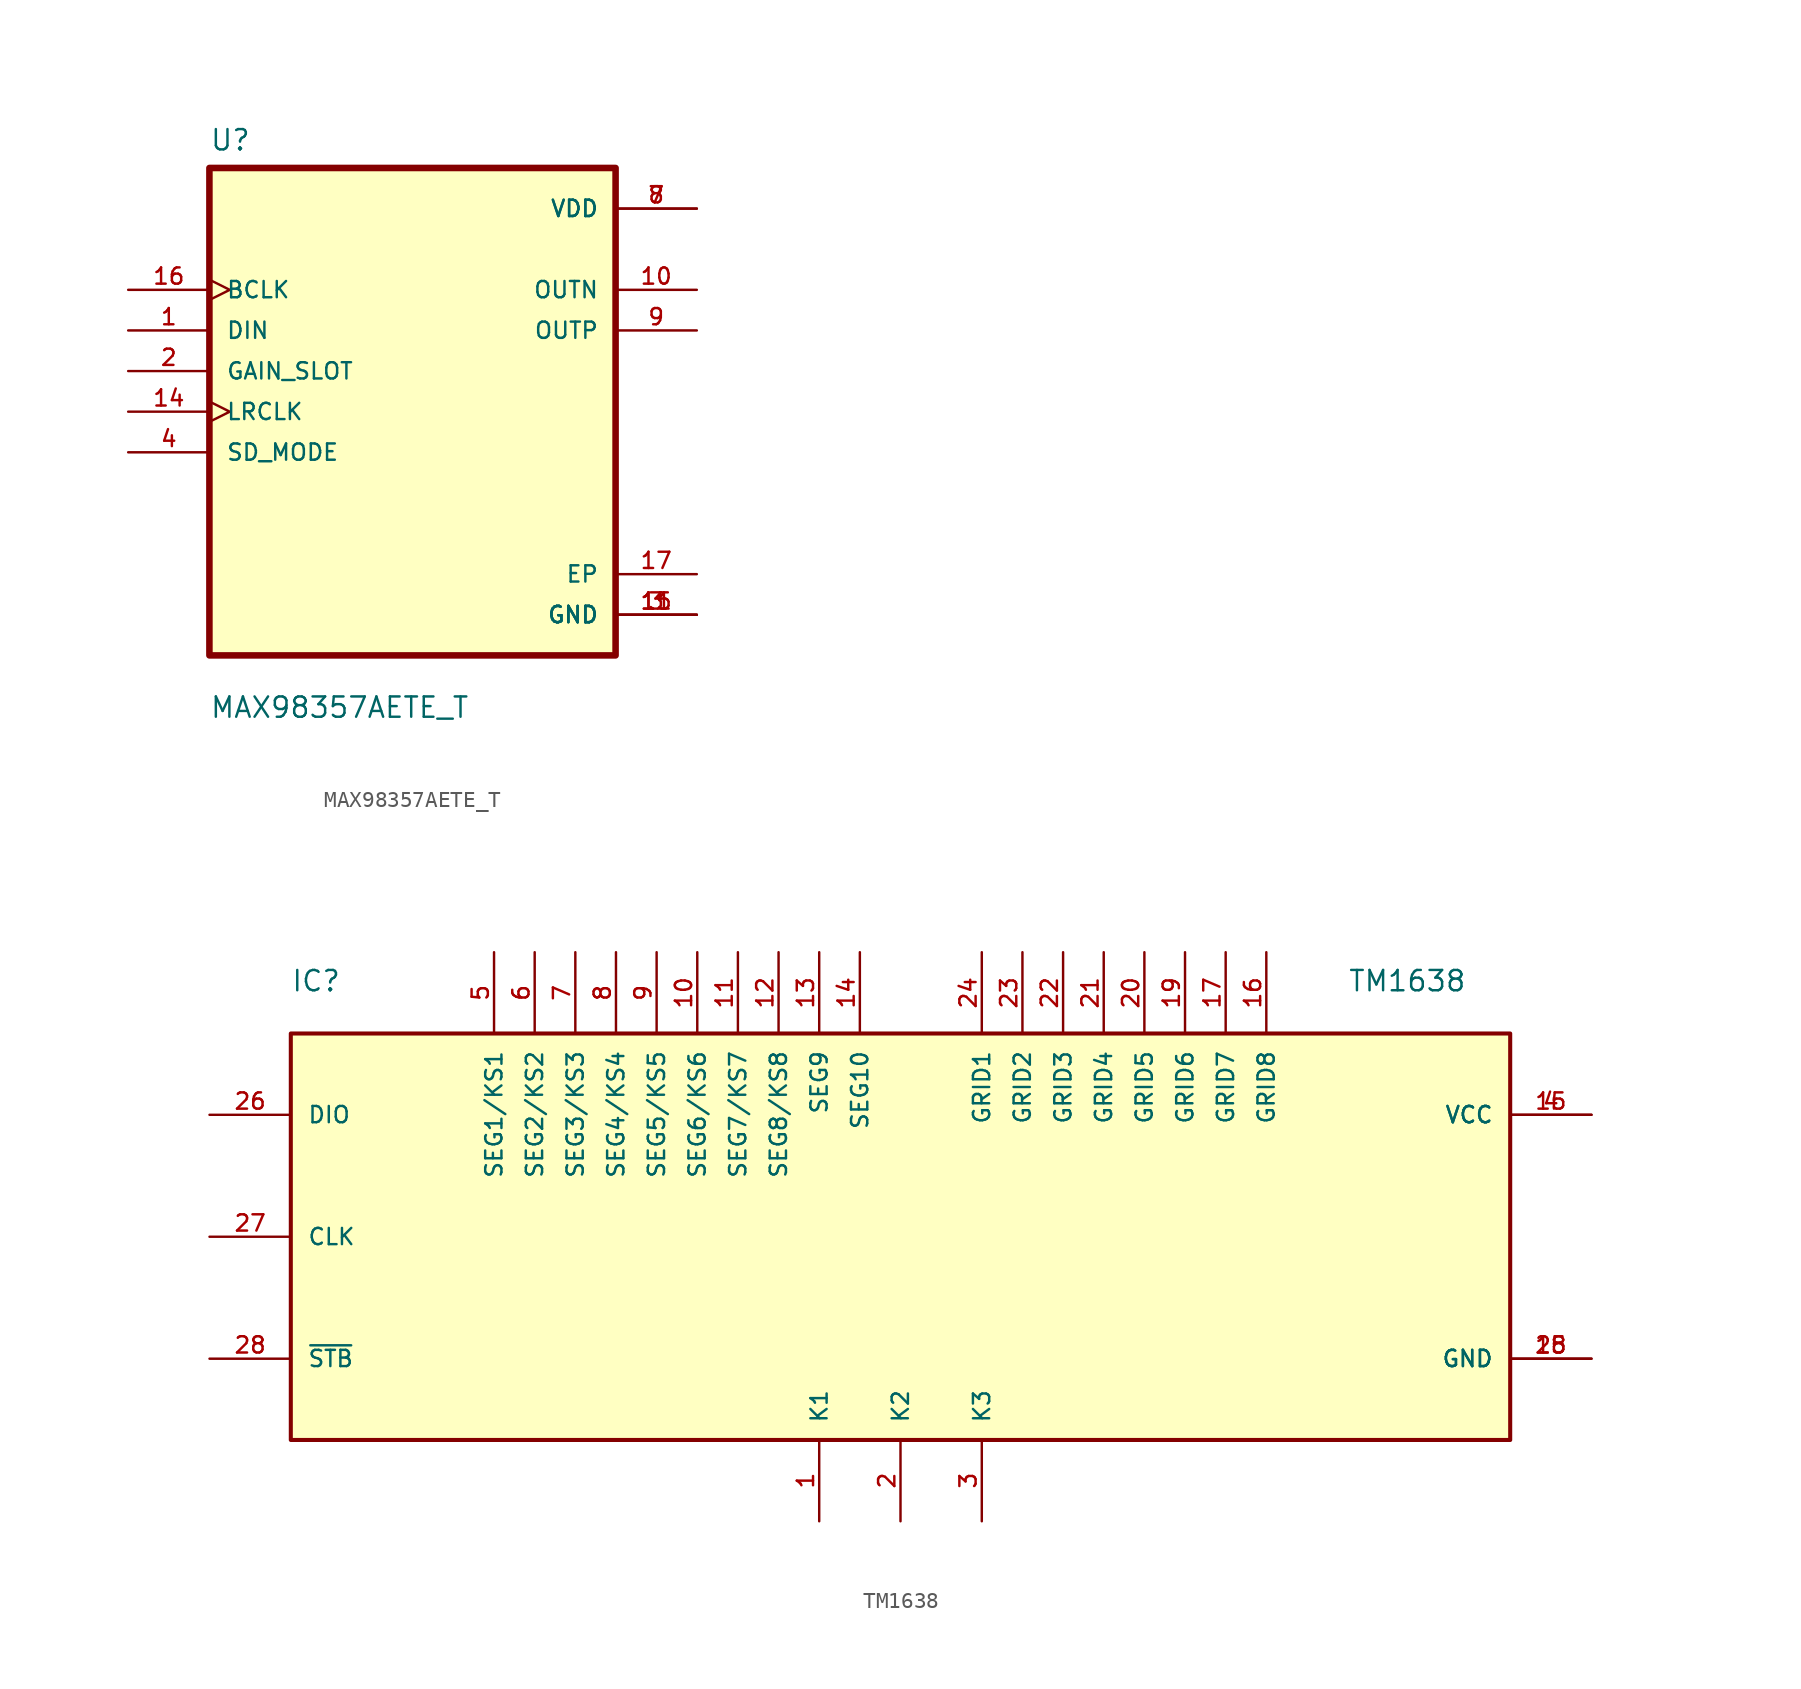
<source format=kicad_sym>
(kicad_symbol_lib
  (version 20220914)
  (generator kicad_symbol_editor)
  (symbol "MAX98357AETE_T"
    (pin_names
      (offset 1.016))
    (property "Reference" "U"
      (at -12.7 16.24 0)
      (effects (font (size 1.27 1.27)) (justify left bottom)))
    (property "Value" "MAX98357AETE_T"
      (at -12.7 -19.24 0)
      (effects (font (size 1.27 1.27)) (justify left bottom)))
    (symbol "MAX98357AETE_T_0_0"
      (rectangle (start -12.7 15.24) (end 12.7 -15.24) (stroke (width 0.41) (type default)) (fill (type background)))
      (pin input line (at -17.78 5.08 0) (length 5.08) (name "DIN" (effects (font (size 1.016 1.016)))) (number "1" (effects (font (size 1.016 1.016)))))
      (pin output line (at 17.78 7.62 180) (length 5.08) (name "OUTN" (effects (font (size 1.016 1.016)))) (number "10" (effects (font (size 1.016 1.016)))))
      (pin power_in line (at 17.78 -12.7 180) (length 5.08) (name "GND" (effects (font (size 1.016 1.016)))) (number "11" (effects (font (size 1.016 1.016)))))
      (pin input clock (at -17.78 0 0) (length 5.08) (name "LRCLK" (effects (font (size 1.016 1.016)))) (number "14" (effects (font (size 1.016 1.016)))))
      (pin power_in line (at 17.78 -12.7 180) (length 5.08) (name "GND" (effects (font (size 1.016 1.016)))) (number "15" (effects (font (size 1.016 1.016)))))
      (pin input clock (at -17.78 7.62 0) (length 5.08) (name "BCLK" (effects (font (size 1.016 1.016)))) (number "16" (effects (font (size 1.016 1.016)))))
      (pin power_in line (at 17.78 -10.16 180) (length 5.08) (name "EP" (effects (font (size 1.016 1.016)))) (number "17" (effects (font (size 1.016 1.016)))))
      (pin input line (at -17.78 2.54 0) (length 5.08) (name "GAIN_SLOT" (effects (font (size 1.016 1.016)))) (number "2" (effects (font (size 1.016 1.016)))))
      (pin power_in line (at 17.78 -12.7 180) (length 5.08) (name "GND" (effects (font (size 1.016 1.016)))) (number "3" (effects (font (size 1.016 1.016)))))
      (pin input line (at -17.78 -2.54 0) (length 5.08) (name "SD_MODE" (effects (font (size 1.016 1.016)))) (number "4" (effects (font (size 1.016 1.016)))))
      (pin power_in line (at 17.78 12.7 180) (length 5.08) (name "VDD" (effects (font (size 1.016 1.016)))) (number "7" (effects (font (size 1.016 1.016)))))
      (pin power_in line (at 17.78 12.7 180) (length 5.08) (name "VDD" (effects (font (size 1.016 1.016)))) (number "8" (effects (font (size 1.016 1.016)))))
      (pin output line (at 17.78 5.08 180) (length 5.08) (name "OUTP" (effects (font (size 1.016 1.016)))) (number "9" (effects (font (size 1.016 1.016)))))))
  (symbol "TM1638"
    (pin_names
      (offset 1.016))
    (property "Reference" "IC"
      (at -38.1 15.24 0)
      (effects (font (size 1.27 1.27)) (justify left bottom)))
    (property "Value" "TM1638"
      (at 27.94 15.24 0)
      (effects (font (size 1.27 1.27)) (justify left bottom)))
    (symbol "TM1638_0_0"
      (rectangle (start -38.1 -12.7) (end 38.1 12.7) (stroke (width 0.254) (type default)) (fill (type background)))
      (pin bidirectional line (at -5.08 -17.78 90) (length 5.08) (name "K1" (effects (font (size 1.016 1.016)))) (number "1" (effects (font (size 1.016 1.016)))))
      (pin bidirectional line (at -12.7 17.78 270) (length 5.08) (name "SEG6/KS6" (effects (font (size 1.016 1.016)))) (number "10" (effects (font (size 1.016 1.016)))))
      (pin bidirectional line (at -10.16 17.78 270) (length 5.08) (name "SEG7/KS7" (effects (font (size 1.016 1.016)))) (number "11" (effects (font (size 1.016 1.016)))))
      (pin bidirectional line (at -7.62 17.78 270) (length 5.08) (name "SEG8/KS8" (effects (font (size 1.016 1.016)))) (number "12" (effects (font (size 1.016 1.016)))))
      (pin bidirectional line (at -5.08 17.78 270) (length 5.08) (name "SEG9" (effects (font (size 1.016 1.016)))) (number "13" (effects (font (size 1.016 1.016)))))
      (pin bidirectional line (at -2.54 17.78 270) (length 5.08) (name "SEG10" (effects (font (size 1.016 1.016)))) (number "14" (effects (font (size 1.016 1.016)))))
      (pin power_in line (at 43.18 7.62 180) (length 5.08) (name "VCC" (effects (font (size 1.016 1.016)))) (number "15" (effects (font (size 1.016 1.016)))))
      (pin bidirectional line (at 22.86 17.78 270) (length 5.08) (name "GRID8" (effects (font (size 1.016 1.016)))) (number "16" (effects (font (size 1.016 1.016)))))
      (pin bidirectional line (at 20.32 17.78 270) (length 5.08) (name "GRID7" (effects (font (size 1.016 1.016)))) (number "17" (effects (font (size 1.016 1.016)))))
      (pin power_in line (at 43.18 -7.62 180) (length 5.08) (name "GND" (effects (font (size 1.016 1.016)))) (number "18" (effects (font (size 1.016 1.016)))))
      (pin bidirectional line (at 17.78 17.78 270) (length 5.08) (name "GRID6" (effects (font (size 1.016 1.016)))) (number "19" (effects (font (size 1.016 1.016)))))
      (pin bidirectional line (at 0 -17.78 90) (length 5.08) (name "K2" (effects (font (size 1.016 1.016)))) (number "2" (effects (font (size 1.016 1.016)))))
      (pin bidirectional line (at 15.24 17.78 270) (length 5.08) (name "GRID5" (effects (font (size 1.016 1.016)))) (number "20" (effects (font (size 1.016 1.016)))))
      (pin bidirectional line (at 12.7 17.78 270) (length 5.08) (name "GRID4" (effects (font (size 1.016 1.016)))) (number "21" (effects (font (size 1.016 1.016)))))
      (pin bidirectional line (at 10.16 17.78 270) (length 5.08) (name "GRID3" (effects (font (size 1.016 1.016)))) (number "22" (effects (font (size 1.016 1.016)))))
      (pin bidirectional line (at 7.62 17.78 270) (length 5.08) (name "GRID2" (effects (font (size 1.016 1.016)))) (number "23" (effects (font (size 1.016 1.016)))))
      (pin bidirectional line (at 5.08 17.78 270) (length 5.08) (name "GRID1" (effects (font (size 1.016 1.016)))) (number "24" (effects (font (size 1.016 1.016)))))
      (pin power_in line (at 43.18 -7.62 180) (length 5.08) (name "GND" (effects (font (size 1.016 1.016)))) (number "25" (effects (font (size 1.016 1.016)))))
      (pin bidirectional line (at -43.18 7.62 0) (length 5.08) (name "DIO" (effects (font (size 1.016 1.016)))) (number "26" (effects (font (size 1.016 1.016)))))
      (pin bidirectional line (at -43.18 0 0) (length 5.08) (name "CLK" (effects (font (size 1.016 1.016)))) (number "27" (effects (font (size 1.016 1.016)))))
      (pin bidirectional line (at -43.18 -7.62 0) (length 5.08) (name "~{STB}" (effects (font (size 1.016 1.016)))) (number "28" (effects (font (size 1.016 1.016)))))
      (pin bidirectional line (at 5.08 -17.78 90) (length 5.08) (name "K3" (effects (font (size 1.016 1.016)))) (number "3" (effects (font (size 1.016 1.016)))))
      (pin power_in line (at 43.18 7.62 180) (length 5.08) (name "VCC" (effects (font (size 1.016 1.016)))) (number "4" (effects (font (size 1.016 1.016)))))
      (pin bidirectional line (at -25.4 17.78 270) (length 5.08) (name "SEG1/KS1" (effects (font (size 1.016 1.016)))) (number "5" (effects (font (size 1.016 1.016)))))
      (pin bidirectional line (at -22.86 17.78 270) (length 5.08) (name "SEG2/KS2" (effects (font (size 1.016 1.016)))) (number "6" (effects (font (size 1.016 1.016)))))
      (pin bidirectional line (at -20.32 17.78 270) (length 5.08) (name "SEG3/KS3" (effects (font (size 1.016 1.016)))) (number "7" (effects (font (size 1.016 1.016)))))
      (pin bidirectional line (at -17.78 17.78 270) (length 5.08) (name "SEG4/KS4" (effects (font (size 1.016 1.016)))) (number "8" (effects (font (size 1.016 1.016)))))
      (pin bidirectional line (at -15.24 17.78 270) (length 5.08) (name "SEG5/KS5" (effects (font (size 1.016 1.016)))) (number "9" (effects (font (size 1.016 1.016))))))))
</source>
